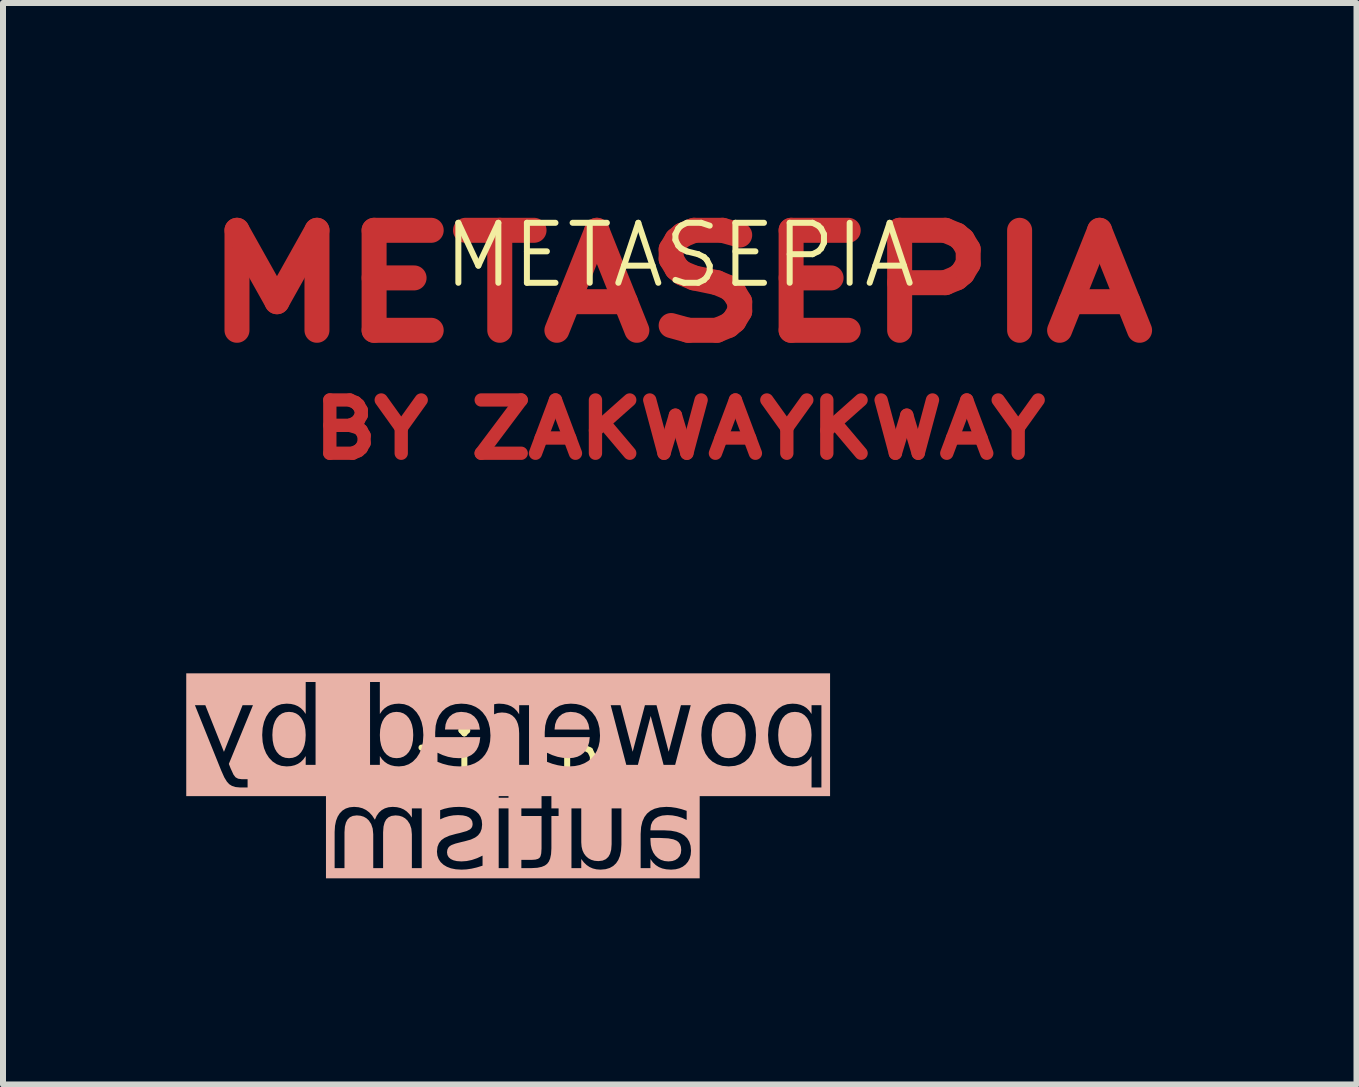
<source format=kicad_pcb>
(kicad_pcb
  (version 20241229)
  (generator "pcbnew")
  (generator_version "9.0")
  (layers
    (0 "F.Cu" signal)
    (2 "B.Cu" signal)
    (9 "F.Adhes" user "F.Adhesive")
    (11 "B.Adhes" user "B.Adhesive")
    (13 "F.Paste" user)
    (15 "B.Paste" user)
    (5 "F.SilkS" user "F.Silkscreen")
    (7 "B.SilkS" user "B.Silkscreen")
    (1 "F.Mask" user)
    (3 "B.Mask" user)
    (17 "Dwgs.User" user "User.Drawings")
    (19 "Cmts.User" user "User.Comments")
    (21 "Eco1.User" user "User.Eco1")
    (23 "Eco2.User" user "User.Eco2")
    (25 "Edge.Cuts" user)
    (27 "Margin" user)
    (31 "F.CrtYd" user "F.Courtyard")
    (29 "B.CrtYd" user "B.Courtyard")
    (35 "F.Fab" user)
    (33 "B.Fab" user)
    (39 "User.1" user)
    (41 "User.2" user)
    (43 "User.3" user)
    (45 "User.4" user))
  (footprint "tism"
    (layer "F.Cu")
    (at 5.477 10.123)
    (property "Reference" "tism" (at 0 -0.5 0) (unlocked yes) (layer "F.SilkS") (effects (font (size 1 1) (thickness 0.1))))
    (attr smd exclude_from_pos_files)
    (fp_text user "autism" (at 0 0 0) (unlocked yes) (layer "B.SilkS" knockout) (effects (font (face "American Typewriter") (size 1.3 1.3) (thickness 0.2)) (justify top mirror)))
    (fp_text user "powered by" (at 0 -0.2 0) (unlocked yes) (layer "B.SilkS" knockout) (effects (font (face "American Typewriter") (size 1.3 1.3) (thickness 0.2)) (justify bottom mirror))))
  (footprint "METASEPIA"
    (layer "F.Cu")
    (at 8.282 1.707)
    (property "Reference" "METASEPIA" (at 0 -0.5 0) (unlocked yes) (layer "F.SilkS") (effects (font (size 1 1) (thickness 0.1))))
    (attr smd exclude_from_pos_files)
    (fp_text user "BY ZAKWAYKWAY" (at 0 2.4 0) (unlocked yes) (layer "F.Cu") (effects (font (size 0.888 1) (thickness 0.3) (bold yes))))
    (fp_text user "METASEPIA" (at 0 0 0) (unlocked yes) (layer "F.Cu") (effects (font (size 1.667 2) (thickness 0.475) (bold yes))))
    (fp_text user "METASEPIA" (at 0 0 0) (unlocked yes) (layer "F.Mask") (effects (font (size 1.667 2) (thickness 0.367) (bold yes))))
    (fp_text user "BY ZAKWAYKWAY" (at 0 2.4 0) (unlocked yes) (layer "F.Mask") (effects (font (size 0.888 1) (thickness 0.2) (bold yes)))))
  (gr_rect
    (start -3 -3)
    (end 19.565 15.03)
    (stroke (width 0.1) (type default))
    (fill no)
    (layer "Edge.Cuts")))
</source>
